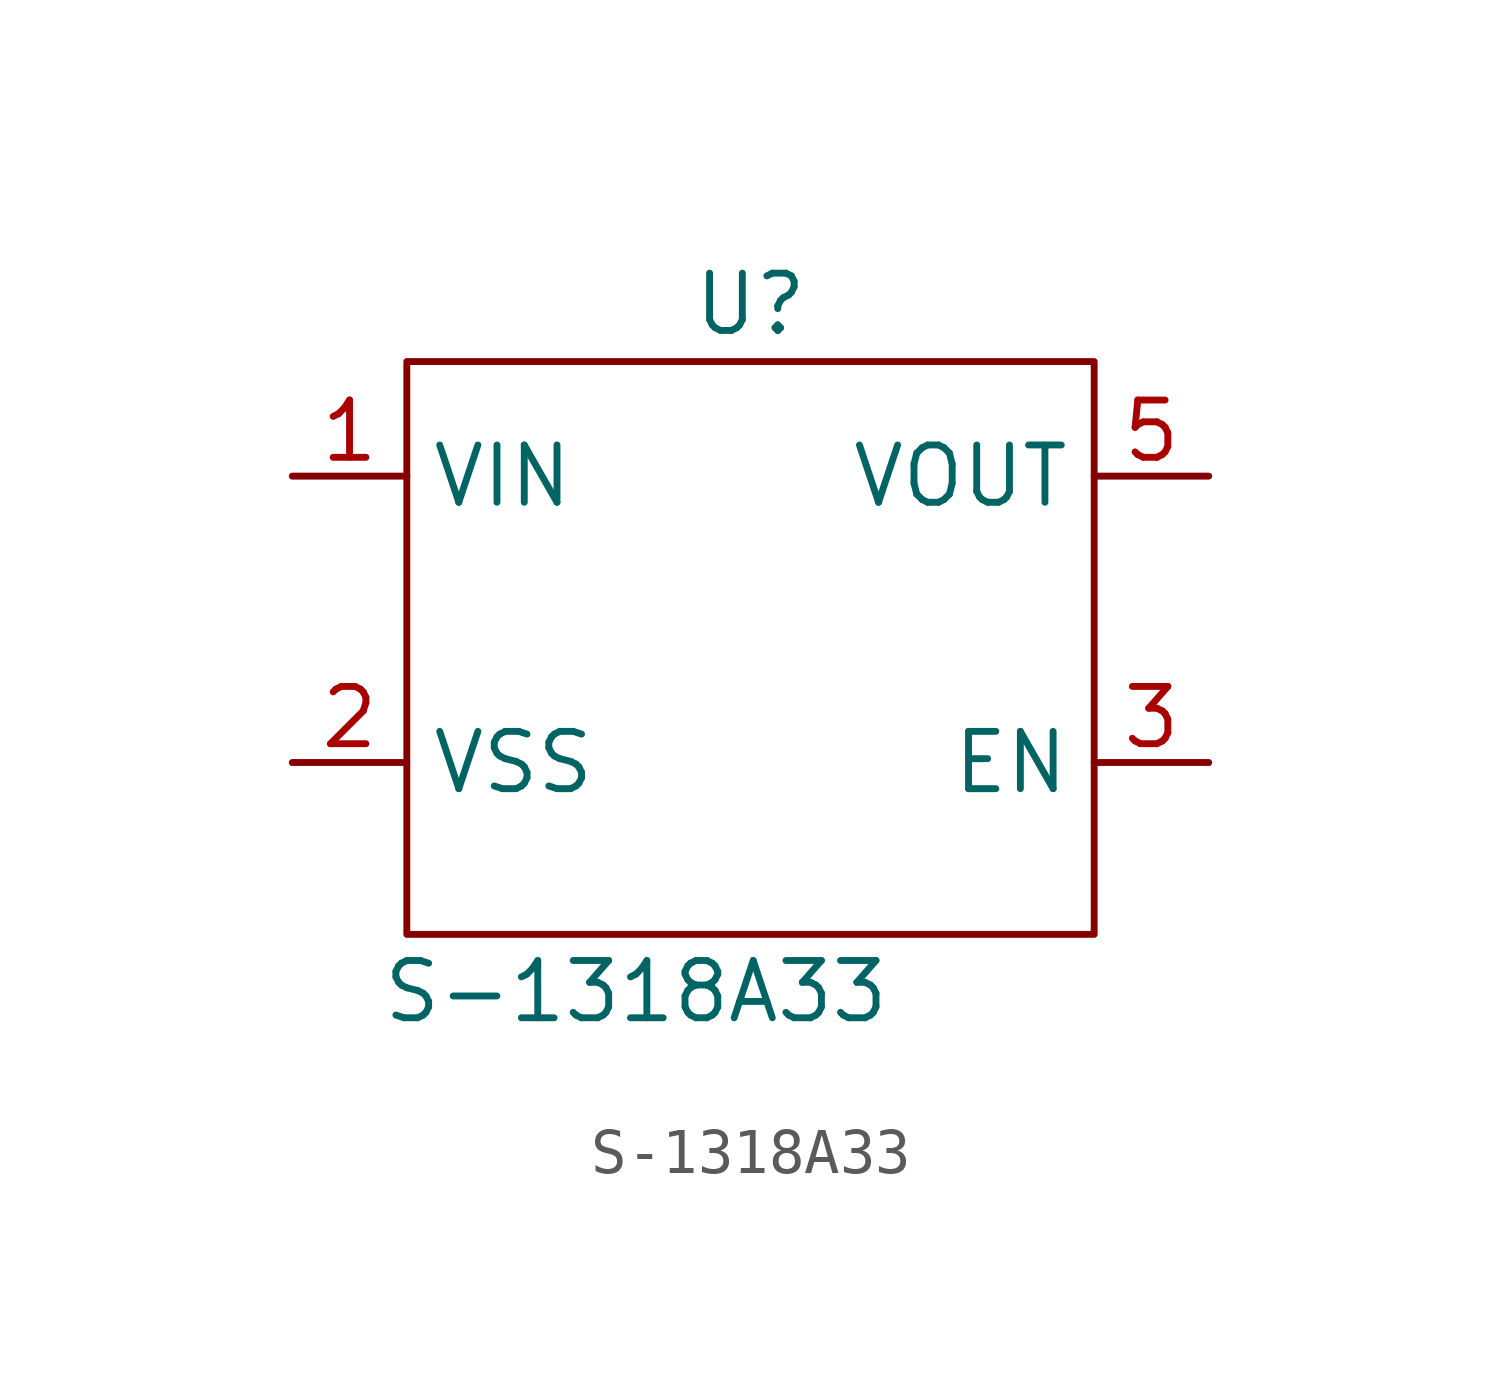
<source format=kicad_sym>
(kicad_symbol_lib
  (version 20211014)
  (generator kicad_symbol_editor)
  (symbol "S-1318A33"
    (property "Reference" "U"
      (at 0 7.62 0)
      (effects (font (size 1.27 1.27))))
    (property "Value" "S-1318A33"
      (at -2.54 -7.62 0)
      (effects (font (size 1.27 1.27))))
    (symbol "S-1318A33_0_1"
      (rectangle (start -7.62 6.35) (end 7.62 -6.35) (stroke (width 0) (type default) (color 0 0 0 0)) (fill (type none))))
    (symbol "S-1318A33_1_1"
      (pin input line (at -10.16 3.81 0) (length 2.54) (name "VIN" (effects (font (size 1.27 1.27)))) (number "1" (effects (font (size 1.27 1.27)))))
      (pin input line (at -10.16 -2.54 0) (length 2.54) (name "VSS" (effects (font (size 1.27 1.27)))) (number "2" (effects (font (size 1.27 1.27)))))
      (pin input line (at 10.16 -2.54 180) (length 2.54) (name "EN" (effects (font (size 1.27 1.27)))) (number "3" (effects (font (size 1.27 1.27)))))
      (pin input line (at 10.16 3.81 180) (length 2.54) (name "VOUT" (effects (font (size 1.27 1.27)))) (number "5" (effects (font (size 1.27 1.27))))))))
</source>
